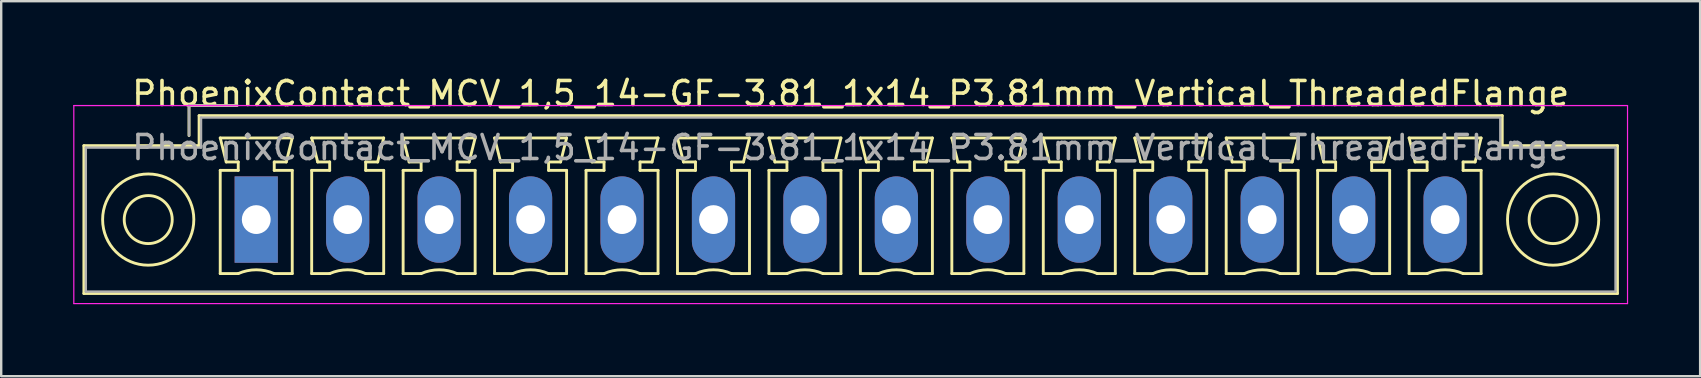
<source format=kicad_pcb>
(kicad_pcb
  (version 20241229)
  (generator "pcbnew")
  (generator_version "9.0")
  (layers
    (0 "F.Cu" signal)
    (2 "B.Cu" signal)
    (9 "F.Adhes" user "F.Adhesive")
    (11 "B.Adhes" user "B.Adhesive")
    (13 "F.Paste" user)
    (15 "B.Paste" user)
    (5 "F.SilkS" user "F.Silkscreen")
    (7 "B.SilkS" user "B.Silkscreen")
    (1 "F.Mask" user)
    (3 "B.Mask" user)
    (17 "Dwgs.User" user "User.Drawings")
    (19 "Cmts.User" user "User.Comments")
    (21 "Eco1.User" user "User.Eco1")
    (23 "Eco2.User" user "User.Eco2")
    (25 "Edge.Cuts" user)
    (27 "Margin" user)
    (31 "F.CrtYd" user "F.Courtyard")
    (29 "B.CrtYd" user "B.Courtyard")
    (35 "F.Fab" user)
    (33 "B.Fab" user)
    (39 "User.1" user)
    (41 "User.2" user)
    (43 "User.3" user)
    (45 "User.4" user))
  (footprint "PhoenixContact_MCV_1,5_14-GF-3.81_1x14_P3.81mm_Vertical_ThreadedFlange"
    (layer "F.Cu")
    (at 7.625 6.098)
    (property "Reference" "PhoenixContact_MCV_1,5_14-GF-3.81_1x14_P3.81mm_Vertical_ThreadedFlange" (at 24.765 -5.25 0) (layer "F.SilkS") (effects (font (size 1 1) (thickness 0.15))))
    (attr through_hole)
    (fp_line (start -7.18 -3.08) (end -7.18 3.08) (stroke (width 0.12) (type solid)) (layer "F.SilkS"))
    (fp_line (start -7.18 3.08) (end 56.71 3.08) (stroke (width 0.12) (type solid)) (layer "F.SilkS"))
    (fp_line (start -2.8 -4.75) (end -0.8 -4.75) (stroke (width 0.12) (type solid)) (layer "F.SilkS"))
    (fp_line (start -2.8 -3.5) (end -2.8 -4.75) (stroke (width 0.12) (type solid)) (layer "F.SilkS"))
    (fp_line (start -2.38 -4.33) (end -2.38 -3.08) (stroke (width 0.12) (type solid)) (layer "F.SilkS"))
    (fp_line (start -2.38 -3.08) (end -7.18 -3.08) (stroke (width 0.12) (type solid)) (layer "F.SilkS"))
    (fp_line (start -1.5 -3.4) (end 1.5 -3.4) (stroke (width 0.12) (type solid)) (layer "F.SilkS"))
    (fp_line (start -1.5 -2.05) (end -0.75 -2.05) (stroke (width 0.12) (type solid)) (layer "F.SilkS"))
    (fp_line (start -1.5 2.25) (end -1.5 -2.05) (stroke (width 0.12) (type solid)) (layer "F.SilkS"))
    (fp_line (start -1.25 -2.4) (end -1.5 -3.4) (stroke (width 0.12) (type solid)) (layer "F.SilkS"))
    (fp_line (start -0.75 -2.4) (end -1.25 -2.4) (stroke (width 0.12) (type solid)) (layer "F.SilkS"))
    (fp_line (start -0.75 -2.05) (end -0.75 -2.4) (stroke (width 0.12) (type solid)) (layer "F.SilkS"))
    (fp_line (start -0.75 2.25) (end -1.5 2.25) (stroke (width 0.12) (type solid)) (layer "F.SilkS"))
    (fp_line (start 0.75 -2.4) (end 0.75 -2.05) (stroke (width 0.12) (type solid)) (layer "F.SilkS"))
    (fp_line (start 0.75 -2.05) (end 1.5 -2.05) (stroke (width 0.12) (type solid)) (layer "F.SilkS"))
    (fp_line (start 1.25 -2.4) (end 0.75 -2.4) (stroke (width 0.12) (type solid)) (layer "F.SilkS"))
    (fp_line (start 1.5 -3.4) (end 1.25 -2.4) (stroke (width 0.12) (type solid)) (layer "F.SilkS"))
    (fp_line (start 1.5 -2.05) (end 1.5 2.25) (stroke (width 0.12) (type solid)) (layer "F.SilkS"))
    (fp_line (start 1.5 2.25) (end 0.75 2.25) (stroke (width 0.12) (type solid)) (layer "F.SilkS"))
    (fp_line (start 2.31 -3.4) (end 5.31 -3.4) (stroke (width 0.12) (type solid)) (layer "F.SilkS"))
    (fp_line (start 2.31 -2.05) (end 3.06 -2.05) (stroke (width 0.12) (type solid)) (layer "F.SilkS"))
    (fp_line (start 2.31 2.25) (end 2.31 -2.05) (stroke (width 0.12) (type solid)) (layer "F.SilkS"))
    (fp_line (start 2.56 -2.4) (end 2.31 -3.4) (stroke (width 0.12) (type solid)) (layer "F.SilkS"))
    (fp_line (start 3.06 -2.4) (end 2.56 -2.4) (stroke (width 0.12) (type solid)) (layer "F.SilkS"))
    (fp_line (start 3.06 -2.05) (end 3.06 -2.4) (stroke (width 0.12) (type solid)) (layer "F.SilkS"))
    (fp_line (start 3.06 2.25) (end 2.31 2.25) (stroke (width 0.12) (type solid)) (layer "F.SilkS"))
    (fp_line (start 4.56 -2.4) (end 4.56 -2.05) (stroke (width 0.12) (type solid)) (layer "F.SilkS"))
    (fp_line (start 4.56 -2.05) (end 5.31 -2.05) (stroke (width 0.12) (type solid)) (layer "F.SilkS"))
    (fp_line (start 5.06 -2.4) (end 4.56 -2.4) (stroke (width 0.12) (type solid)) (layer "F.SilkS"))
    (fp_line (start 5.31 -3.4) (end 5.06 -2.4) (stroke (width 0.12) (type solid)) (layer "F.SilkS"))
    (fp_line (start 5.31 -2.05) (end 5.31 2.25) (stroke (width 0.12) (type solid)) (layer "F.SilkS"))
    (fp_line (start 5.31 2.25) (end 4.56 2.25) (stroke (width 0.12) (type solid)) (layer "F.SilkS"))
    (fp_line (start 6.12 -3.4) (end 9.12 -3.4) (stroke (width 0.12) (type solid)) (layer "F.SilkS"))
    (fp_line (start 6.12 -2.05) (end 6.87 -2.05) (stroke (width 0.12) (type solid)) (layer "F.SilkS"))
    (fp_line (start 6.12 2.25) (end 6.12 -2.05) (stroke (width 0.12) (type solid)) (layer "F.SilkS"))
    (fp_line (start 6.37 -2.4) (end 6.12 -3.4) (stroke (width 0.12) (type solid)) (layer "F.SilkS"))
    (fp_line (start 6.87 -2.4) (end 6.37 -2.4) (stroke (width 0.12) (type solid)) (layer "F.SilkS"))
    (fp_line (start 6.87 -2.05) (end 6.87 -2.4) (stroke (width 0.12) (type solid)) (layer "F.SilkS"))
    (fp_line (start 6.87 2.25) (end 6.12 2.25) (stroke (width 0.12) (type solid)) (layer "F.SilkS"))
    (fp_line (start 8.37 -2.4) (end 8.37 -2.05) (stroke (width 0.12) (type solid)) (layer "F.SilkS"))
    (fp_line (start 8.37 -2.05) (end 9.12 -2.05) (stroke (width 0.12) (type solid)) (layer "F.SilkS"))
    (fp_line (start 8.87 -2.4) (end 8.37 -2.4) (stroke (width 0.12) (type solid)) (layer "F.SilkS"))
    (fp_line (start 9.12 -3.4) (end 8.87 -2.4) (stroke (width 0.12) (type solid)) (layer "F.SilkS"))
    (fp_line (start 9.12 -2.05) (end 9.12 2.25) (stroke (width 0.12) (type solid)) (layer "F.SilkS"))
    (fp_line (start 9.12 2.25) (end 8.37 2.25) (stroke (width 0.12) (type solid)) (layer "F.SilkS"))
    (fp_line (start 9.93 -3.4) (end 12.93 -3.4) (stroke (width 0.12) (type solid)) (layer "F.SilkS"))
    (fp_line (start 9.93 -2.05) (end 10.68 -2.05) (stroke (width 0.12) (type solid)) (layer "F.SilkS"))
    (fp_line (start 9.93 2.25) (end 9.93 -2.05) (stroke (width 0.12) (type solid)) (layer "F.SilkS"))
    (fp_line (start 10.18 -2.4) (end 9.93 -3.4) (stroke (width 0.12) (type solid)) (layer "F.SilkS"))
    (fp_line (start 10.68 -2.4) (end 10.18 -2.4) (stroke (width 0.12) (type solid)) (layer "F.SilkS"))
    (fp_line (start 10.68 -2.05) (end 10.68 -2.4) (stroke (width 0.12) (type solid)) (layer "F.SilkS"))
    (fp_line (start 10.68 2.25) (end 9.93 2.25) (stroke (width 0.12) (type solid)) (layer "F.SilkS"))
    (fp_line (start 12.18 -2.4) (end 12.18 -2.05) (stroke (width 0.12) (type solid)) (layer "F.SilkS"))
    (fp_line (start 12.18 -2.05) (end 12.93 -2.05) (stroke (width 0.12) (type solid)) (layer "F.SilkS"))
    (fp_line (start 12.68 -2.4) (end 12.18 -2.4) (stroke (width 0.12) (type solid)) (layer "F.SilkS"))
    (fp_line (start 12.93 -3.4) (end 12.68 -2.4) (stroke (width 0.12) (type solid)) (layer "F.SilkS"))
    (fp_line (start 12.93 -2.05) (end 12.93 2.25) (stroke (width 0.12) (type solid)) (layer "F.SilkS"))
    (fp_line (start 12.93 2.25) (end 12.18 2.25) (stroke (width 0.12) (type solid)) (layer "F.SilkS"))
    (fp_line (start 13.74 -3.4) (end 16.74 -3.4) (stroke (width 0.12) (type solid)) (layer "F.SilkS"))
    (fp_line (start 13.74 -2.05) (end 14.49 -2.05) (stroke (width 0.12) (type solid)) (layer "F.SilkS"))
    (fp_line (start 13.74 2.25) (end 13.74 -2.05) (stroke (width 0.12) (type solid)) (layer "F.SilkS"))
    (fp_line (start 13.99 -2.4) (end 13.74 -3.4) (stroke (width 0.12) (type solid)) (layer "F.SilkS"))
    (fp_line (start 14.49 -2.4) (end 13.99 -2.4) (stroke (width 0.12) (type solid)) (layer "F.SilkS"))
    (fp_line (start 14.49 -2.05) (end 14.49 -2.4) (stroke (width 0.12) (type solid)) (layer "F.SilkS"))
    (fp_line (start 14.49 2.25) (end 13.74 2.25) (stroke (width 0.12) (type solid)) (layer "F.SilkS"))
    (fp_line (start 15.99 -2.4) (end 15.99 -2.05) (stroke (width 0.12) (type solid)) (layer "F.SilkS"))
    (fp_line (start 15.99 -2.05) (end 16.74 -2.05) (stroke (width 0.12) (type solid)) (layer "F.SilkS"))
    (fp_line (start 16.49 -2.4) (end 15.99 -2.4) (stroke (width 0.12) (type solid)) (layer "F.SilkS"))
    (fp_line (start 16.74 -3.4) (end 16.49 -2.4) (stroke (width 0.12) (type solid)) (layer "F.SilkS"))
    (fp_line (start 16.74 -2.05) (end 16.74 2.25) (stroke (width 0.12) (type solid)) (layer "F.SilkS"))
    (fp_line (start 16.74 2.25) (end 15.99 2.25) (stroke (width 0.12) (type solid)) (layer "F.SilkS"))
    (fp_line (start 17.55 -3.4) (end 20.55 -3.4) (stroke (width 0.12) (type solid)) (layer "F.SilkS"))
    (fp_line (start 17.55 -2.05) (end 18.3 -2.05) (stroke (width 0.12) (type solid)) (layer "F.SilkS"))
    (fp_line (start 17.55 2.25) (end 17.55 -2.05) (stroke (width 0.12) (type solid)) (layer "F.SilkS"))
    (fp_line (start 17.8 -2.4) (end 17.55 -3.4) (stroke (width 0.12) (type solid)) (layer "F.SilkS"))
    (fp_line (start 18.3 -2.4) (end 17.8 -2.4) (stroke (width 0.12) (type solid)) (layer "F.SilkS"))
    (fp_line (start 18.3 -2.05) (end 18.3 -2.4) (stroke (width 0.12) (type solid)) (layer "F.SilkS"))
    (fp_line (start 18.3 2.25) (end 17.55 2.25) (stroke (width 0.12) (type solid)) (layer "F.SilkS"))
    (fp_line (start 19.8 -2.4) (end 19.8 -2.05) (stroke (width 0.12) (type solid)) (layer "F.SilkS"))
    (fp_line (start 19.8 -2.05) (end 20.55 -2.05) (stroke (width 0.12) (type solid)) (layer "F.SilkS"))
    (fp_line (start 20.3 -2.4) (end 19.8 -2.4) (stroke (width 0.12) (type solid)) (layer "F.SilkS"))
    (fp_line (start 20.55 -3.4) (end 20.3 -2.4) (stroke (width 0.12) (type solid)) (layer "F.SilkS"))
    (fp_line (start 20.55 -2.05) (end 20.55 2.25) (stroke (width 0.12) (type solid)) (layer "F.SilkS"))
    (fp_line (start 20.55 2.25) (end 19.8 2.25) (stroke (width 0.12) (type solid)) (layer "F.SilkS"))
    (fp_line (start 21.36 -3.4) (end 24.36 -3.4) (stroke (width 0.12) (type solid)) (layer "F.SilkS"))
    (fp_line (start 21.36 -2.05) (end 22.11 -2.05) (stroke (width 0.12) (type solid)) (layer "F.SilkS"))
    (fp_line (start 21.36 2.25) (end 21.36 -2.05) (stroke (width 0.12) (type solid)) (layer "F.SilkS"))
    (fp_line (start 21.61 -2.4) (end 21.36 -3.4) (stroke (width 0.12) (type solid)) (layer "F.SilkS"))
    (fp_line (start 22.11 -2.4) (end 21.61 -2.4) (stroke (width 0.12) (type solid)) (layer "F.SilkS"))
    (fp_line (start 22.11 -2.05) (end 22.11 -2.4) (stroke (width 0.12) (type solid)) (layer "F.SilkS"))
    (fp_line (start 22.11 2.25) (end 21.36 2.25) (stroke (width 0.12) (type solid)) (layer "F.SilkS"))
    (fp_line (start 23.61 -2.4) (end 23.61 -2.05) (stroke (width 0.12) (type solid)) (layer "F.SilkS"))
    (fp_line (start 23.61 -2.05) (end 24.36 -2.05) (stroke (width 0.12) (type solid)) (layer "F.SilkS"))
    (fp_line (start 24.11 -2.4) (end 23.61 -2.4) (stroke (width 0.12) (type solid)) (layer "F.SilkS"))
    (fp_line (start 24.36 -3.4) (end 24.11 -2.4) (stroke (width 0.12) (type solid)) (layer "F.SilkS"))
    (fp_line (start 24.36 -2.05) (end 24.36 2.25) (stroke (width 0.12) (type solid)) (layer "F.SilkS"))
    (fp_line (start 24.36 2.25) (end 23.61 2.25) (stroke (width 0.12) (type solid)) (layer "F.SilkS"))
    (fp_line (start 25.17 -3.4) (end 28.17 -3.4) (stroke (width 0.12) (type solid)) (layer "F.SilkS"))
    (fp_line (start 25.17 -2.05) (end 25.92 -2.05) (stroke (width 0.12) (type solid)) (layer "F.SilkS"))
    (fp_line (start 25.17 2.25) (end 25.17 -2.05) (stroke (width 0.12) (type solid)) (layer "F.SilkS"))
    (fp_line (start 25.42 -2.4) (end 25.17 -3.4) (stroke (width 0.12) (type solid)) (layer "F.SilkS"))
    (fp_line (start 25.92 -2.4) (end 25.42 -2.4) (stroke (width 0.12) (type solid)) (layer "F.SilkS"))
    (fp_line (start 25.92 -2.05) (end 25.92 -2.4) (stroke (width 0.12) (type solid)) (layer "F.SilkS"))
    (fp_line (start 25.92 2.25) (end 25.17 2.25) (stroke (width 0.12) (type solid)) (layer "F.SilkS"))
    (fp_line (start 27.42 -2.4) (end 27.42 -2.05) (stroke (width 0.12) (type solid)) (layer "F.SilkS"))
    (fp_line (start 27.42 -2.05) (end 28.17 -2.05) (stroke (width 0.12) (type solid)) (layer "F.SilkS"))
    (fp_line (start 27.92 -2.4) (end 27.42 -2.4) (stroke (width 0.12) (type solid)) (layer "F.SilkS"))
    (fp_line (start 28.17 -3.4) (end 27.92 -2.4) (stroke (width 0.12) (type solid)) (layer "F.SilkS"))
    (fp_line (start 28.17 -2.05) (end 28.17 2.25) (stroke (width 0.12) (type solid)) (layer "F.SilkS"))
    (fp_line (start 28.17 2.25) (end 27.42 2.25) (stroke (width 0.12) (type solid)) (layer "F.SilkS"))
    (fp_line (start 28.98 -3.4) (end 31.98 -3.4) (stroke (width 0.12) (type solid)) (layer "F.SilkS"))
    (fp_line (start 28.98 -2.05) (end 29.73 -2.05) (stroke (width 0.12) (type solid)) (layer "F.SilkS"))
    (fp_line (start 28.98 2.25) (end 28.98 -2.05) (stroke (width 0.12) (type solid)) (layer "F.SilkS"))
    (fp_line (start 29.23 -2.4) (end 28.98 -3.4) (stroke (width 0.12) (type solid)) (layer "F.SilkS"))
    (fp_line (start 29.73 -2.4) (end 29.23 -2.4) (stroke (width 0.12) (type solid)) (layer "F.SilkS"))
    (fp_line (start 29.73 -2.05) (end 29.73 -2.4) (stroke (width 0.12) (type solid)) (layer "F.SilkS"))
    (fp_line (start 29.73 2.25) (end 28.98 2.25) (stroke (width 0.12) (type solid)) (layer "F.SilkS"))
    (fp_line (start 31.23 -2.4) (end 31.23 -2.05) (stroke (width 0.12) (type solid)) (layer "F.SilkS"))
    (fp_line (start 31.23 -2.05) (end 31.98 -2.05) (stroke (width 0.12) (type solid)) (layer "F.SilkS"))
    (fp_line (start 31.73 -2.4) (end 31.23 -2.4) (stroke (width 0.12) (type solid)) (layer "F.SilkS"))
    (fp_line (start 31.98 -3.4) (end 31.73 -2.4) (stroke (width 0.12) (type solid)) (layer "F.SilkS"))
    (fp_line (start 31.98 -2.05) (end 31.98 2.25) (stroke (width 0.12) (type solid)) (layer "F.SilkS"))
    (fp_line (start 31.98 2.25) (end 31.23 2.25) (stroke (width 0.12) (type solid)) (layer "F.SilkS"))
    (fp_line (start 32.79 -3.4) (end 35.79 -3.4) (stroke (width 0.12) (type solid)) (layer "F.SilkS"))
    (fp_line (start 32.79 -2.05) (end 33.54 -2.05) (stroke (width 0.12) (type solid)) (layer "F.SilkS"))
    (fp_line (start 32.79 2.25) (end 32.79 -2.05) (stroke (width 0.12) (type solid)) (layer "F.SilkS"))
    (fp_line (start 33.04 -2.4) (end 32.79 -3.4) (stroke (width 0.12) (type solid)) (layer "F.SilkS"))
    (fp_line (start 33.54 -2.4) (end 33.04 -2.4) (stroke (width 0.12) (type solid)) (layer "F.SilkS"))
    (fp_line (start 33.54 -2.05) (end 33.54 -2.4) (stroke (width 0.12) (type solid)) (layer "F.SilkS"))
    (fp_line (start 33.54 2.25) (end 32.79 2.25) (stroke (width 0.12) (type solid)) (layer "F.SilkS"))
    (fp_line (start 35.04 -2.4) (end 35.04 -2.05) (stroke (width 0.12) (type solid)) (layer "F.SilkS"))
    (fp_line (start 35.04 -2.05) (end 35.79 -2.05) (stroke (width 0.12) (type solid)) (layer "F.SilkS"))
    (fp_line (start 35.54 -2.4) (end 35.04 -2.4) (stroke (width 0.12) (type solid)) (layer "F.SilkS"))
    (fp_line (start 35.79 -3.4) (end 35.54 -2.4) (stroke (width 0.12) (type solid)) (layer "F.SilkS"))
    (fp_line (start 35.79 -2.05) (end 35.79 2.25) (stroke (width 0.12) (type solid)) (layer "F.SilkS"))
    (fp_line (start 35.79 2.25) (end 35.04 2.25) (stroke (width 0.12) (type solid)) (layer "F.SilkS"))
    (fp_line (start 36.6 -3.4) (end 39.6 -3.4) (stroke (width 0.12) (type solid)) (layer "F.SilkS"))
    (fp_line (start 36.6 -2.05) (end 37.35 -2.05) (stroke (width 0.12) (type solid)) (layer "F.SilkS"))
    (fp_line (start 36.6 2.25) (end 36.6 -2.05) (stroke (width 0.12) (type solid)) (layer "F.SilkS"))
    (fp_line (start 36.85 -2.4) (end 36.6 -3.4) (stroke (width 0.12) (type solid)) (layer "F.SilkS"))
    (fp_line (start 37.35 -2.4) (end 36.85 -2.4) (stroke (width 0.12) (type solid)) (layer "F.SilkS"))
    (fp_line (start 37.35 -2.05) (end 37.35 -2.4) (stroke (width 0.12) (type solid)) (layer "F.SilkS"))
    (fp_line (start 37.35 2.25) (end 36.6 2.25) (stroke (width 0.12) (type solid)) (layer "F.SilkS"))
    (fp_line (start 38.85 -2.4) (end 38.85 -2.05) (stroke (width 0.12) (type solid)) (layer "F.SilkS"))
    (fp_line (start 38.85 -2.05) (end 39.6 -2.05) (stroke (width 0.12) (type solid)) (layer "F.SilkS"))
    (fp_line (start 39.35 -2.4) (end 38.85 -2.4) (stroke (width 0.12) (type solid)) (layer "F.SilkS"))
    (fp_line (start 39.6 -3.4) (end 39.35 -2.4) (stroke (width 0.12) (type solid)) (layer "F.SilkS"))
    (fp_line (start 39.6 -2.05) (end 39.6 2.25) (stroke (width 0.12) (type solid)) (layer "F.SilkS"))
    (fp_line (start 39.6 2.25) (end 38.85 2.25) (stroke (width 0.12) (type solid)) (layer "F.SilkS"))
    (fp_line (start 40.41 -3.4) (end 43.41 -3.4) (stroke (width 0.12) (type solid)) (layer "F.SilkS"))
    (fp_line (start 40.41 -2.05) (end 41.16 -2.05) (stroke (width 0.12) (type solid)) (layer "F.SilkS"))
    (fp_line (start 40.41 2.25) (end 40.41 -2.05) (stroke (width 0.12) (type solid)) (layer "F.SilkS"))
    (fp_line (start 40.66 -2.4) (end 40.41 -3.4) (stroke (width 0.12) (type solid)) (layer "F.SilkS"))
    (fp_line (start 41.16 -2.4) (end 40.66 -2.4) (stroke (width 0.12) (type solid)) (layer "F.SilkS"))
    (fp_line (start 41.16 -2.05) (end 41.16 -2.4) (stroke (width 0.12) (type solid)) (layer "F.SilkS"))
    (fp_line (start 41.16 2.25) (end 40.41 2.25) (stroke (width 0.12) (type solid)) (layer "F.SilkS"))
    (fp_line (start 42.66 -2.4) (end 42.66 -2.05) (stroke (width 0.12) (type solid)) (layer "F.SilkS"))
    (fp_line (start 42.66 -2.05) (end 43.41 -2.05) (stroke (width 0.12) (type solid)) (layer "F.SilkS"))
    (fp_line (start 43.16 -2.4) (end 42.66 -2.4) (stroke (width 0.12) (type solid)) (layer "F.SilkS"))
    (fp_line (start 43.41 -3.4) (end 43.16 -2.4) (stroke (width 0.12) (type solid)) (layer "F.SilkS"))
    (fp_line (start 43.41 -2.05) (end 43.41 2.25) (stroke (width 0.12) (type solid)) (layer "F.SilkS"))
    (fp_line (start 43.41 2.25) (end 42.66 2.25) (stroke (width 0.12) (type solid)) (layer "F.SilkS"))
    (fp_line (start 44.22 -3.4) (end 47.22 -3.4) (stroke (width 0.12) (type solid)) (layer "F.SilkS"))
    (fp_line (start 44.22 -2.05) (end 44.97 -2.05) (stroke (width 0.12) (type solid)) (layer "F.SilkS"))
    (fp_line (start 44.22 2.25) (end 44.22 -2.05) (stroke (width 0.12) (type solid)) (layer "F.SilkS"))
    (fp_line (start 44.47 -2.4) (end 44.22 -3.4) (stroke (width 0.12) (type solid)) (layer "F.SilkS"))
    (fp_line (start 44.97 -2.4) (end 44.47 -2.4) (stroke (width 0.12) (type solid)) (layer "F.SilkS"))
    (fp_line (start 44.97 -2.05) (end 44.97 -2.4) (stroke (width 0.12) (type solid)) (layer "F.SilkS"))
    (fp_line (start 44.97 2.25) (end 44.22 2.25) (stroke (width 0.12) (type solid)) (layer "F.SilkS"))
    (fp_line (start 46.47 -2.4) (end 46.47 -2.05) (stroke (width 0.12) (type solid)) (layer "F.SilkS"))
    (fp_line (start 46.47 -2.05) (end 47.22 -2.05) (stroke (width 0.12) (type solid)) (layer "F.SilkS"))
    (fp_line (start 46.97 -2.4) (end 46.47 -2.4) (stroke (width 0.12) (type solid)) (layer "F.SilkS"))
    (fp_line (start 47.22 -3.4) (end 46.97 -2.4) (stroke (width 0.12) (type solid)) (layer "F.SilkS"))
    (fp_line (start 47.22 -2.05) (end 47.22 2.25) (stroke (width 0.12) (type solid)) (layer "F.SilkS"))
    (fp_line (start 47.22 2.25) (end 46.47 2.25) (stroke (width 0.12) (type solid)) (layer "F.SilkS"))
    (fp_line (start 48.03 -3.4) (end 51.03 -3.4) (stroke (width 0.12) (type solid)) (layer "F.SilkS"))
    (fp_line (start 48.03 -2.05) (end 48.78 -2.05) (stroke (width 0.12) (type solid)) (layer "F.SilkS"))
    (fp_line (start 48.03 2.25) (end 48.03 -2.05) (stroke (width 0.12) (type solid)) (layer "F.SilkS"))
    (fp_line (start 48.28 -2.4) (end 48.03 -3.4) (stroke (width 0.12) (type solid)) (layer "F.SilkS"))
    (fp_line (start 48.78 -2.4) (end 48.28 -2.4) (stroke (width 0.12) (type solid)) (layer "F.SilkS"))
    (fp_line (start 48.78 -2.05) (end 48.78 -2.4) (stroke (width 0.12) (type solid)) (layer "F.SilkS"))
    (fp_line (start 48.78 2.25) (end 48.03 2.25) (stroke (width 0.12) (type solid)) (layer "F.SilkS"))
    (fp_line (start 50.28 -2.4) (end 50.28 -2.05) (stroke (width 0.12) (type solid)) (layer "F.SilkS"))
    (fp_line (start 50.28 -2.05) (end 51.03 -2.05) (stroke (width 0.12) (type solid)) (layer "F.SilkS"))
    (fp_line (start 50.78 -2.4) (end 50.28 -2.4) (stroke (width 0.12) (type solid)) (layer "F.SilkS"))
    (fp_line (start 51.03 -3.4) (end 50.78 -2.4) (stroke (width 0.12) (type solid)) (layer "F.SilkS"))
    (fp_line (start 51.03 -2.05) (end 51.03 2.25) (stroke (width 0.12) (type solid)) (layer "F.SilkS"))
    (fp_line (start 51.03 2.25) (end 50.28 2.25) (stroke (width 0.12) (type solid)) (layer "F.SilkS"))
    (fp_line (start 51.91 -4.33) (end -2.38 -4.33) (stroke (width 0.12) (type solid)) (layer "F.SilkS"))
    (fp_line (start 51.91 -3.08) (end 51.91 -4.33) (stroke (width 0.12) (type solid)) (layer "F.SilkS"))
    (fp_line (start 56.71 -3.08) (end 51.91 -3.08) (stroke (width 0.12) (type solid)) (layer "F.SilkS"))
    (fp_line (start 56.71 3.08) (end 56.71 -3.08) (stroke (width 0.12) (type solid)) (layer "F.SilkS"))
    (fp_arc (start -0.75 2.25) (mid -0.000193 2.09191) (end 0.749647 2.249844) (stroke (width 0.12) (type solid)) (layer "F.SilkS"))
    (fp_arc (start 3.06 2.25) (mid 3.809807 2.09191) (end 4.559647 2.249844) (stroke (width 0.12) (type solid)) (layer "F.SilkS"))
    (fp_arc (start 6.87 2.25) (mid 7.619807 2.09191) (end 8.369647 2.249844) (stroke (width 0.12) (type solid)) (layer "F.SilkS"))
    (fp_arc (start 10.68 2.25) (mid 11.429807 2.09191) (end 12.179647 2.249844) (stroke (width 0.12) (type solid)) (layer "F.SilkS"))
    (fp_arc (start 14.49 2.25) (mid 15.239807 2.09191) (end 15.989647 2.249844) (stroke (width 0.12) (type solid)) (layer "F.SilkS"))
    (fp_arc (start 18.3 2.25) (mid 19.049807 2.09191) (end 19.799647 2.249844) (stroke (width 0.12) (type solid)) (layer "F.SilkS"))
    (fp_arc (start 22.11 2.25) (mid 22.859807 2.09191) (end 23.609647 2.249844) (stroke (width 0.12) (type solid)) (layer "F.SilkS"))
    (fp_arc (start 25.92 2.25) (mid 26.669807 2.09191) (end 27.419647 2.249844) (stroke (width 0.12) (type solid)) (layer "F.SilkS"))
    (fp_arc (start 29.73 2.25) (mid 30.479807 2.09191) (end 31.229647 2.249844) (stroke (width 0.12) (type solid)) (layer "F.SilkS"))
    (fp_arc (start 33.54 2.25) (mid 34.289807 2.09191) (end 35.039647 2.249844) (stroke (width 0.12) (type solid)) (layer "F.SilkS"))
    (fp_arc (start 37.35 2.25) (mid 38.099807 2.09191) (end 38.849647 2.249844) (stroke (width 0.12) (type solid)) (layer "F.SilkS"))
    (fp_arc (start 41.16 2.25) (mid 41.909807 2.09191) (end 42.659647 2.249844) (stroke (width 0.12) (type solid)) (layer "F.SilkS"))
    (fp_arc (start 44.97 2.25) (mid 45.719807 2.09191) (end 46.469647 2.249844) (stroke (width 0.12) (type solid)) (layer "F.SilkS"))
    (fp_arc (start 48.78 2.25) (mid 49.529807 2.09191) (end 50.279647 2.249844) (stroke (width 0.12) (type solid)) (layer "F.SilkS"))
    (fp_circle (center -4.5 0) (end -3.5 0) (stroke (width 0.12) (type solid)) (fill no) (layer "F.SilkS"))
    (fp_circle (center -4.5 0) (end -2.6 0) (stroke (width 0.12) (type solid)) (fill no) (layer "F.SilkS"))
    (fp_circle (center 54.03 0) (end 55.03 0) (stroke (width 0.12) (type solid)) (fill no) (layer "F.SilkS"))
    (fp_circle (center 54.03 0) (end 55.93 0) (stroke (width 0.12) (type solid)) (fill no) (layer "F.SilkS"))
    (fp_line (start -7.6 -4.75) (end -7.6 3.5) (stroke (width 0.05) (type solid)) (layer "F.CrtYd"))
    (fp_line (start -7.6 3.5) (end 57.13 3.5) (stroke (width 0.05) (type solid)) (layer "F.CrtYd"))
    (fp_line (start 57.13 -4.75) (end -7.6 -4.75) (stroke (width 0.05) (type solid)) (layer "F.CrtYd"))
    (fp_line (start 57.13 3.5) (end 57.13 -4.75) (stroke (width 0.05) (type solid)) (layer "F.CrtYd"))
    (fp_line (start -7.1 -3) (end -7.1 3) (stroke (width 0.1) (type solid)) (layer "F.Fab"))
    (fp_line (start -7.1 3) (end 56.63 3) (stroke (width 0.1) (type solid)) (layer "F.Fab"))
    (fp_line (start -2.8 -4.75) (end -0.8 -4.75) (stroke (width 0.1) (type solid)) (layer "F.Fab"))
    (fp_line (start -2.8 -3.5) (end -2.8 -4.75) (stroke (width 0.1) (type solid)) (layer "F.Fab"))
    (fp_line (start -2.3 -4.25) (end -2.3 -3) (stroke (width 0.1) (type solid)) (layer "F.Fab"))
    (fp_line (start -2.3 -3) (end -7.1 -3) (stroke (width 0.1) (type solid)) (layer "F.Fab"))
    (fp_line (start 51.83 -4.25) (end -2.3 -4.25) (stroke (width 0.1) (type solid)) (layer "F.Fab"))
    (fp_line (start 51.83 -3) (end 51.83 -4.25) (stroke (width 0.1) (type solid)) (layer "F.Fab"))
    (fp_line (start 56.63 -3) (end 51.83 -3) (stroke (width 0.1) (type solid)) (layer "F.Fab"))
    (fp_line (start 56.63 3) (end 56.63 -3) (stroke (width 0.1) (type solid)) (layer "F.Fab"))
    (fp_text user "${REFERENCE}" (at 24.765 -3 0) (layer "F.Fab") (effects (font (size 1 1) (thickness 0.15))))
    (pad "1" thru_hole rect (at 0 0) (size 1.8 3.6) (drill 1.2) (layers "*.Cu" "*.Mask"))
    (pad "2" thru_hole oval (at 3.81 0) (size 1.8 3.6) (drill 1.2) (layers "*.Cu" "*.Mask"))
    (pad "3" thru_hole oval (at 7.62 0) (size 1.8 3.6) (drill 1.2) (layers "*.Cu" "*.Mask"))
    (pad "4" thru_hole oval (at 11.43 0) (size 1.8 3.6) (drill 1.2) (layers "*.Cu" "*.Mask"))
    (pad "5" thru_hole oval (at 15.24 0) (size 1.8 3.6) (drill 1.2) (layers "*.Cu" "*.Mask"))
    (pad "6" thru_hole oval (at 19.05 0) (size 1.8 3.6) (drill 1.2) (layers "*.Cu" "*.Mask"))
    (pad "7" thru_hole oval (at 22.86 0) (size 1.8 3.6) (drill 1.2) (layers "*.Cu" "*.Mask"))
    (pad "8" thru_hole oval (at 26.67 0) (size 1.8 3.6) (drill 1.2) (layers "*.Cu" "*.Mask"))
    (pad "9" thru_hole oval (at 30.48 0) (size 1.8 3.6) (drill 1.2) (layers "*.Cu" "*.Mask"))
    (pad "10" thru_hole oval (at 34.29 0) (size 1.8 3.6) (drill 1.2) (layers "*.Cu" "*.Mask"))
    (pad "11" thru_hole oval (at 38.1 0) (size 1.8 3.6) (drill 1.2) (layers "*.Cu" "*.Mask"))
    (pad "12" thru_hole oval (at 41.91 0) (size 1.8 3.6) (drill 1.2) (layers "*.Cu" "*.Mask"))
    (pad "13" thru_hole oval (at 45.72 0) (size 1.8 3.6) (drill 1.2) (layers "*.Cu" "*.Mask"))
    (pad "14" thru_hole oval (at 49.53 0) (size 1.8 3.6) (drill 1.2) (layers "*.Cu" "*.Mask")))
  (gr_rect
    (start -3 -3)
    (end 67.78 12.623)
    (stroke (width 0.1) (type default))
    (fill no)
    (layer "Edge.Cuts")))
</source>
